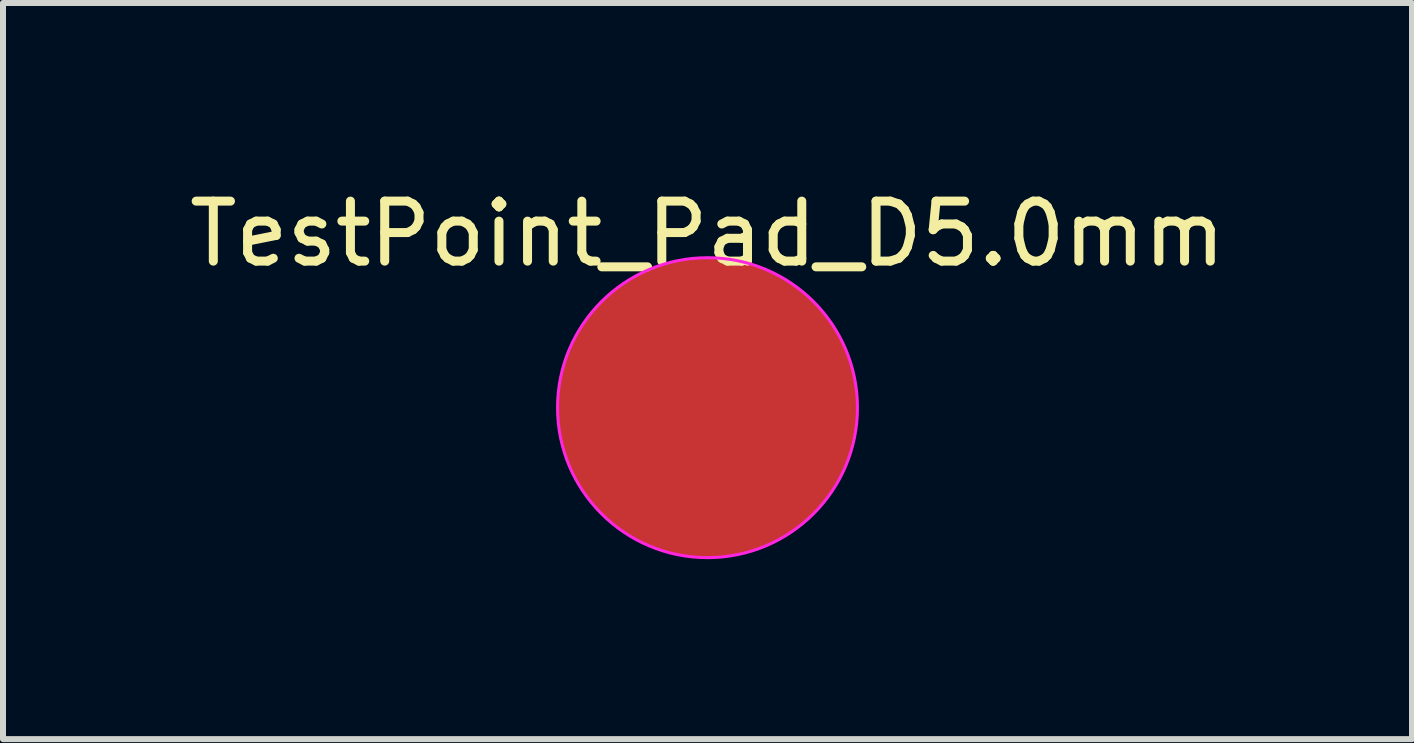
<source format=kicad_pcb>
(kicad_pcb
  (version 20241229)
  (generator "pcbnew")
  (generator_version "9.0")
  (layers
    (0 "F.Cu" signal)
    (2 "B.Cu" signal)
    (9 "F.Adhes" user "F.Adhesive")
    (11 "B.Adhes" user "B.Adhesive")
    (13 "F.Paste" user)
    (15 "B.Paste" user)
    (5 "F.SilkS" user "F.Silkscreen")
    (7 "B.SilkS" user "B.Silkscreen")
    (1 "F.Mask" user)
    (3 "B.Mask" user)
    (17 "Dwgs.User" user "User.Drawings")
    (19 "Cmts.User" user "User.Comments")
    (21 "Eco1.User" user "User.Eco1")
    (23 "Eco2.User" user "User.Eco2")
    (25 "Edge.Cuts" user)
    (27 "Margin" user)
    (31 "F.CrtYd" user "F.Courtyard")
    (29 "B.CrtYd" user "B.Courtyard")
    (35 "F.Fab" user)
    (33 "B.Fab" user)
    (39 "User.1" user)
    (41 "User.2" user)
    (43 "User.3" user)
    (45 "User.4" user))
  (footprint "TestPoint_Pad_D5.0mm"
    (layer "F.Cu")
    (at 8.744 3.746)
    (property "Reference" "TestPoint_Pad_D5.0mm" (at 0 -2.898 0) (layer "F.SilkS") (effects (font (size 1 1) (thickness 0.15))))
    (attr exclude_from_pos_files exclude_from_bom)
    (fp_circle (center 0 0) (end 2.5 0) (stroke (width 0.05) (type solid)) (fill no) (layer "F.CrtYd"))
    (pad "1" smd circle (at 0 0) (size 5 5) (layers "F.Cu" "F.Mask")))
  (gr_rect
    (start -3 -3)
    (end 20.488 9.271)
    (stroke (width 0.1) (type default))
    (fill no)
    (layer "Edge.Cuts")))
</source>
